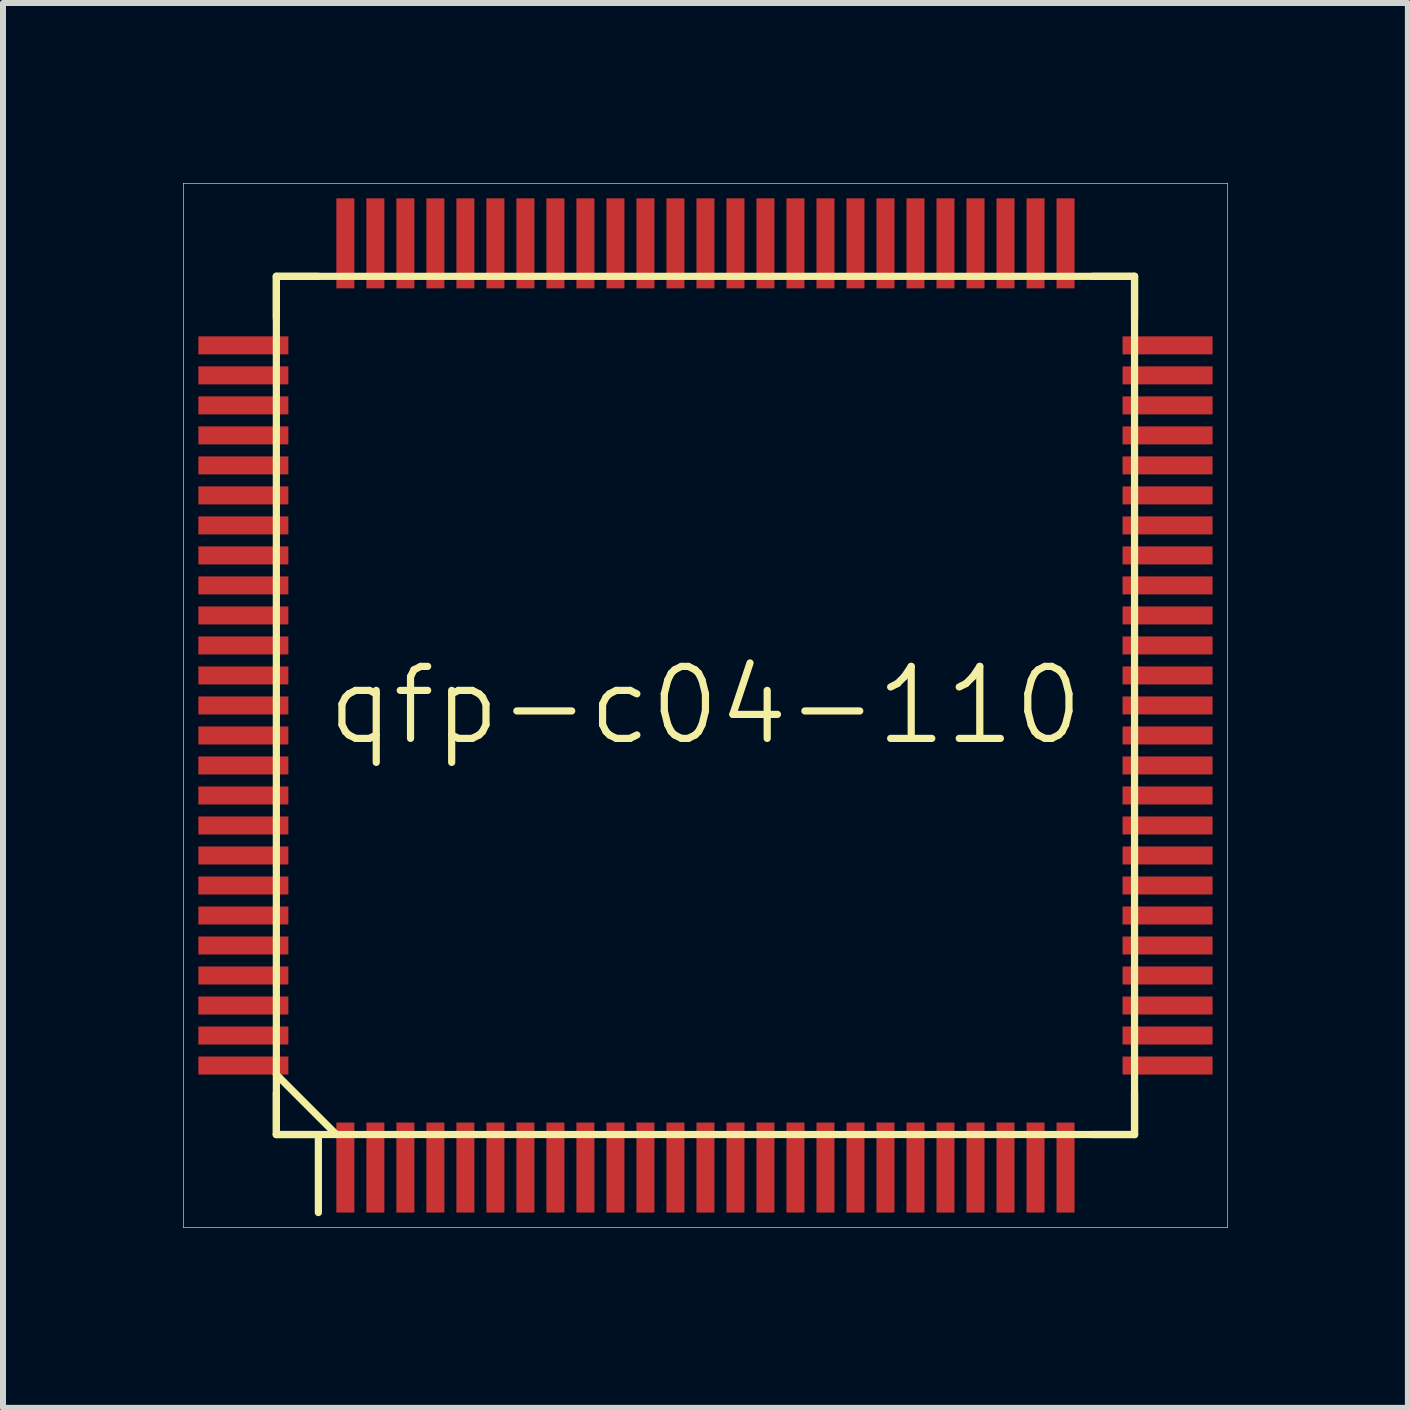
<source format=kicad_pcb>
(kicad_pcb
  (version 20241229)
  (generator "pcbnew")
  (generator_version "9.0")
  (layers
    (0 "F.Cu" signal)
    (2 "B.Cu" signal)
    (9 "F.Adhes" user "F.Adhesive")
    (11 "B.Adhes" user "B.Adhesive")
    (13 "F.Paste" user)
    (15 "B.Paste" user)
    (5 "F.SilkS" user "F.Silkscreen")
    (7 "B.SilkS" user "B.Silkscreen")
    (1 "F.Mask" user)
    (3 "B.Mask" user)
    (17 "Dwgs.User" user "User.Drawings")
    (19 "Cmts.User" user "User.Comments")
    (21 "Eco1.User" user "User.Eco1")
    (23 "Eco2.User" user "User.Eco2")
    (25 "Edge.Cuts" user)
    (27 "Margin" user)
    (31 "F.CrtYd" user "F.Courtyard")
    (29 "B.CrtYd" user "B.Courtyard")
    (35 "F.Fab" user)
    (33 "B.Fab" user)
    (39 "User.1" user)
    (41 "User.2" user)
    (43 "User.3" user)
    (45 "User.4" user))
  (footprint "qfp-c04-110"
    (layer "F.Cu")
    (at 8.705 8.705)
    (property "Reference" "qfp-c04-110" (at 0 0 180) (layer "F.SilkS") (effects (font (size 1.2 1.2) (thickness 0.12))))
    (attr smd)
    (fp_line (start -8.7 -8.7) (end 8.7 -8.7) (stroke (width 0.01) (type solid)) (layer "F.SilkS"))
    (fp_line (start -8.7 8.7) (end -8.7 -8.7) (stroke (width 0.01) (type solid)) (layer "F.SilkS"))
    (fp_line (start -7.15 -7.15) (end -7.15 7.15) (stroke (width 0.12) (type solid)) (layer "F.SilkS"))
    (fp_line (start -7.15 -7.15) (end -6.45 -7.15) (stroke (width 0.12) (type solid)) (layer "F.SilkS"))
    (fp_line (start -7.15 -6.45) (end -7.15 -7.15) (stroke (width 0.12) (type solid)) (layer "F.SilkS"))
    (fp_line (start -7.15 7.15) (end -7.15 6.45) (stroke (width 0.12) (type solid)) (layer "F.SilkS"))
    (fp_line (start -7.15 7.15) (end 7.15 7.15) (stroke (width 0.12) (type solid)) (layer "F.SilkS"))
    (fp_line (start -6.45 7.15) (end -7.15 7.15) (stroke (width 0.12) (type solid)) (layer "F.SilkS"))
    (fp_line (start -6.45 8.45) (end -6.45 7.15) (stroke (width 0.12) (type solid)) (layer "F.SilkS"))
    (fp_line (start -6.15 7.15) (end -7.15 6.15) (stroke (width 0.12) (type solid)) (layer "F.SilkS"))
    (fp_line (start 6.45 -7.15) (end 7.15 -7.15) (stroke (width 0.12) (type solid)) (layer "F.SilkS"))
    (fp_line (start 7.15 -7.15) (end -7.15 -7.15) (stroke (width 0.12) (type solid)) (layer "F.SilkS"))
    (fp_line (start 7.15 -7.15) (end 7.15 -6.45) (stroke (width 0.12) (type solid)) (layer "F.SilkS"))
    (fp_line (start 7.15 6.45) (end 7.15 7.15) (stroke (width 0.12) (type solid)) (layer "F.SilkS"))
    (fp_line (start 7.15 7.15) (end 6.45 7.15) (stroke (width 0.12) (type solid)) (layer "F.SilkS"))
    (fp_line (start 7.15 7.15) (end 7.15 -7.15) (stroke (width 0.12) (type solid)) (layer "F.SilkS"))
    (fp_line (start 8.7 -8.7) (end 8.7 8.7) (stroke (width 0.01) (type solid)) (layer "F.SilkS"))
    (fp_line (start 8.7 8.7) (end -8.7 8.7) (stroke (width 0.01) (type solid)) (layer "F.SilkS"))
    (pad "1" smd rect (at -6 7.7) (size 0.3 1.5) (layers "F.Cu" "F.Mask" "F.Paste"))
    (pad "2" smd rect (at -5.5 7.7) (size 0.3 1.5) (layers "F.Cu" "F.Mask" "F.Paste"))
    (pad "3" smd rect (at -5 7.7) (size 0.3 1.5) (layers "F.Cu" "F.Mask" "F.Paste"))
    (pad "4" smd rect (at -4.5 7.7) (size 0.3 1.5) (layers "F.Cu" "F.Mask" "F.Paste"))
    (pad "5" smd rect (at -4 7.7) (size 0.3 1.5) (layers "F.Cu" "F.Mask" "F.Paste"))
    (pad "6" smd rect (at -3.5 7.7) (size 0.3 1.5) (layers "F.Cu" "F.Mask" "F.Paste"))
    (pad "7" smd rect (at -3 7.7) (size 0.3 1.5) (layers "F.Cu" "F.Mask" "F.Paste"))
    (pad "8" smd rect (at -2.5 7.7) (size 0.3 1.5) (layers "F.Cu" "F.Mask" "F.Paste"))
    (pad "9" smd rect (at -2 7.7) (size 0.3 1.5) (layers "F.Cu" "F.Mask" "F.Paste"))
    (pad "10" smd rect (at -1.5 7.7) (size 0.3 1.5) (layers "F.Cu" "F.Mask" "F.Paste"))
    (pad "11" smd rect (at -1 7.7) (size 0.3 1.5) (layers "F.Cu" "F.Mask" "F.Paste"))
    (pad "12" smd rect (at -0.5 7.7) (size 0.3 1.5) (layers "F.Cu" "F.Mask" "F.Paste"))
    (pad "13" smd rect (at 0 7.7) (size 0.3 1.5) (layers "F.Cu" "F.Mask" "F.Paste"))
    (pad "14" smd rect (at 0.5 7.7) (size 0.3 1.5) (layers "F.Cu" "F.Mask" "F.Paste"))
    (pad "15" smd rect (at 1 7.7) (size 0.3 1.5) (layers "F.Cu" "F.Mask" "F.Paste"))
    (pad "16" smd rect (at 1.5 7.7) (size 0.3 1.5) (layers "F.Cu" "F.Mask" "F.Paste"))
    (pad "17" smd rect (at 2 7.7) (size 0.3 1.5) (layers "F.Cu" "F.Mask" "F.Paste"))
    (pad "18" smd rect (at 2.5 7.7) (size 0.3 1.5) (layers "F.Cu" "F.Mask" "F.Paste"))
    (pad "19" smd rect (at 3 7.7) (size 0.3 1.5) (layers "F.Cu" "F.Mask" "F.Paste"))
    (pad "20" smd rect (at 3.5 7.7) (size 0.3 1.5) (layers "F.Cu" "F.Mask" "F.Paste"))
    (pad "21" smd rect (at 4 7.7) (size 0.3 1.5) (layers "F.Cu" "F.Mask" "F.Paste"))
    (pad "22" smd rect (at 4.5 7.7) (size 0.3 1.5) (layers "F.Cu" "F.Mask" "F.Paste"))
    (pad "23" smd rect (at 5 7.7) (size 0.3 1.5) (layers "F.Cu" "F.Mask" "F.Paste"))
    (pad "24" smd rect (at 5.5 7.7) (size 0.3 1.5) (layers "F.Cu" "F.Mask" "F.Paste"))
    (pad "25" smd rect (at 6 7.7) (size 0.3 1.5) (layers "F.Cu" "F.Mask" "F.Paste"))
    (pad "26" smd rect (at 7.7 6 90) (size 0.3 1.5) (layers "F.Cu" "F.Mask" "F.Paste"))
    (pad "27" smd rect (at 7.7 5.5 90) (size 0.3 1.5) (layers "F.Cu" "F.Mask" "F.Paste"))
    (pad "28" smd rect (at 7.7 5 90) (size 0.3 1.5) (layers "F.Cu" "F.Mask" "F.Paste"))
    (pad "29" smd rect (at 7.7 4.5 90) (size 0.3 1.5) (layers "F.Cu" "F.Mask" "F.Paste"))
    (pad "30" smd rect (at 7.7 4 90) (size 0.3 1.5) (layers "F.Cu" "F.Mask" "F.Paste"))
    (pad "31" smd rect (at 7.7 3.5 90) (size 0.3 1.5) (layers "F.Cu" "F.Mask" "F.Paste"))
    (pad "32" smd rect (at 7.7 3 90) (size 0.3 1.5) (layers "F.Cu" "F.Mask" "F.Paste"))
    (pad "33" smd rect (at 7.7 2.5 90) (size 0.3 1.5) (layers "F.Cu" "F.Mask" "F.Paste"))
    (pad "34" smd rect (at 7.7 2 90) (size 0.3 1.5) (layers "F.Cu" "F.Mask" "F.Paste"))
    (pad "35" smd rect (at 7.7 1.5 90) (size 0.3 1.5) (layers "F.Cu" "F.Mask" "F.Paste"))
    (pad "36" smd rect (at 7.7 1 90) (size 0.3 1.5) (layers "F.Cu" "F.Mask" "F.Paste"))
    (pad "37" smd rect (at 7.7 0.5 90) (size 0.3 1.5) (layers "F.Cu" "F.Mask" "F.Paste"))
    (pad "38" smd rect (at 7.7 0 90) (size 0.3 1.5) (layers "F.Cu" "F.Mask" "F.Paste"))
    (pad "39" smd rect (at 7.7 -0.5 90) (size 0.3 1.5) (layers "F.Cu" "F.Mask" "F.Paste"))
    (pad "40" smd rect (at 7.7 -1 90) (size 0.3 1.5) (layers "F.Cu" "F.Mask" "F.Paste"))
    (pad "41" smd rect (at 7.7 -1.5 90) (size 0.3 1.5) (layers "F.Cu" "F.Mask" "F.Paste"))
    (pad "42" smd rect (at 7.7 -2 90) (size 0.3 1.5) (layers "F.Cu" "F.Mask" "F.Paste"))
    (pad "43" smd rect (at 7.7 -2.5 90) (size 0.3 1.5) (layers "F.Cu" "F.Mask" "F.Paste"))
    (pad "44" smd rect (at 7.7 -3 90) (size 0.3 1.5) (layers "F.Cu" "F.Mask" "F.Paste"))
    (pad "45" smd rect (at 7.7 -3.5 90) (size 0.3 1.5) (layers "F.Cu" "F.Mask" "F.Paste"))
    (pad "46" smd rect (at 7.7 -4 90) (size 0.3 1.5) (layers "F.Cu" "F.Mask" "F.Paste"))
    (pad "47" smd rect (at 7.7 -4.5 90) (size 0.3 1.5) (layers "F.Cu" "F.Mask" "F.Paste"))
    (pad "48" smd rect (at 7.7 -5 90) (size 0.3 1.5) (layers "F.Cu" "F.Mask" "F.Paste"))
    (pad "49" smd rect (at 7.7 -5.5 90) (size 0.3 1.5) (layers "F.Cu" "F.Mask" "F.Paste"))
    (pad "50" smd rect (at 7.7 -6 90) (size 0.3 1.5) (layers "F.Cu" "F.Mask" "F.Paste"))
    (pad "51" smd rect (at 6 -7.7) (size 0.3 1.5) (layers "F.Cu" "F.Mask" "F.Paste"))
    (pad "52" smd rect (at 5.5 -7.7) (size 0.3 1.5) (layers "F.Cu" "F.Mask" "F.Paste"))
    (pad "53" smd rect (at 5 -7.7) (size 0.3 1.5) (layers "F.Cu" "F.Mask" "F.Paste"))
    (pad "54" smd rect (at 4.5 -7.7) (size 0.3 1.5) (layers "F.Cu" "F.Mask" "F.Paste"))
    (pad "55" smd rect (at 4 -7.7) (size 0.3 1.5) (layers "F.Cu" "F.Mask" "F.Paste"))
    (pad "56" smd rect (at 3.5 -7.7) (size 0.3 1.5) (layers "F.Cu" "F.Mask" "F.Paste"))
    (pad "57" smd rect (at 3 -7.7) (size 0.3 1.5) (layers "F.Cu" "F.Mask" "F.Paste"))
    (pad "58" smd rect (at 2.5 -7.7) (size 0.3 1.5) (layers "F.Cu" "F.Mask" "F.Paste"))
    (pad "59" smd rect (at 2 -7.7) (size 0.3 1.5) (layers "F.Cu" "F.Mask" "F.Paste"))
    (pad "60" smd rect (at 1.5 -7.7) (size 0.3 1.5) (layers "F.Cu" "F.Mask" "F.Paste"))
    (pad "61" smd rect (at 1 -7.7) (size 0.3 1.5) (layers "F.Cu" "F.Mask" "F.Paste"))
    (pad "62" smd rect (at 0.5 -7.7) (size 0.3 1.5) (layers "F.Cu" "F.Mask" "F.Paste"))
    (pad "63" smd rect (at 0 -7.7) (size 0.3 1.5) (layers "F.Cu" "F.Mask" "F.Paste"))
    (pad "64" smd rect (at -0.5 -7.7) (size 0.3 1.5) (layers "F.Cu" "F.Mask" "F.Paste"))
    (pad "65" smd rect (at -1 -7.7) (size 0.3 1.5) (layers "F.Cu" "F.Mask" "F.Paste"))
    (pad "66" smd rect (at -1.5 -7.7) (size 0.3 1.5) (layers "F.Cu" "F.Mask" "F.Paste"))
    (pad "67" smd rect (at -2 -7.7) (size 0.3 1.5) (layers "F.Cu" "F.Mask" "F.Paste"))
    (pad "68" smd rect (at -2.5 -7.7) (size 0.3 1.5) (layers "F.Cu" "F.Mask" "F.Paste"))
    (pad "69" smd rect (at -3 -7.7) (size 0.3 1.5) (layers "F.Cu" "F.Mask" "F.Paste"))
    (pad "70" smd rect (at -3.5 -7.7) (size 0.3 1.5) (layers "F.Cu" "F.Mask" "F.Paste"))
    (pad "71" smd rect (at -4 -7.7) (size 0.3 1.5) (layers "F.Cu" "F.Mask" "F.Paste"))
    (pad "72" smd rect (at -4.5 -7.7) (size 0.3 1.5) (layers "F.Cu" "F.Mask" "F.Paste"))
    (pad "73" smd rect (at -5 -7.7) (size 0.3 1.5) (layers "F.Cu" "F.Mask" "F.Paste"))
    (pad "74" smd rect (at -5.5 -7.7) (size 0.3 1.5) (layers "F.Cu" "F.Mask" "F.Paste"))
    (pad "75" smd rect (at -6 -7.7) (size 0.3 1.5) (layers "F.Cu" "F.Mask" "F.Paste"))
    (pad "76" smd rect (at -7.7 -6 90) (size 0.3 1.5) (layers "F.Cu" "F.Mask" "F.Paste"))
    (pad "77" smd rect (at -7.7 -5.5 90) (size 0.3 1.5) (layers "F.Cu" "F.Mask" "F.Paste"))
    (pad "78" smd rect (at -7.7 -5 90) (size 0.3 1.5) (layers "F.Cu" "F.Mask" "F.Paste"))
    (pad "79" smd rect (at -7.7 -4.5 90) (size 0.3 1.5) (layers "F.Cu" "F.Mask" "F.Paste"))
    (pad "80" smd rect (at -7.7 -4 90) (size 0.3 1.5) (layers "F.Cu" "F.Mask" "F.Paste"))
    (pad "81" smd rect (at -7.7 -3.5 90) (size 0.3 1.5) (layers "F.Cu" "F.Mask" "F.Paste"))
    (pad "82" smd rect (at -7.7 -3 90) (size 0.3 1.5) (layers "F.Cu" "F.Mask" "F.Paste"))
    (pad "83" smd rect (at -7.7 -2.5 90) (size 0.3 1.5) (layers "F.Cu" "F.Mask" "F.Paste"))
    (pad "84" smd rect (at -7.7 -2 90) (size 0.3 1.5) (layers "F.Cu" "F.Mask" "F.Paste"))
    (pad "85" smd rect (at -7.7 -1.5 90) (size 0.3 1.5) (layers "F.Cu" "F.Mask" "F.Paste"))
    (pad "86" smd rect (at -7.7 -1 90) (size 0.3 1.5) (layers "F.Cu" "F.Mask" "F.Paste"))
    (pad "87" smd rect (at -7.7 -0.5 90) (size 0.3 1.5) (layers "F.Cu" "F.Mask" "F.Paste"))
    (pad "88" smd rect (at -7.7 0 90) (size 0.3 1.5) (layers "F.Cu" "F.Mask" "F.Paste"))
    (pad "89" smd rect (at -7.7 0.5 90) (size 0.3 1.5) (layers "F.Cu" "F.Mask" "F.Paste"))
    (pad "90" smd rect (at -7.7 1 90) (size 0.3 1.5) (layers "F.Cu" "F.Mask" "F.Paste"))
    (pad "91" smd rect (at -7.7 1.5 90) (size 0.3 1.5) (layers "F.Cu" "F.Mask" "F.Paste"))
    (pad "92" smd rect (at -7.7 2 90) (size 0.3 1.5) (layers "F.Cu" "F.Mask" "F.Paste"))
    (pad "93" smd rect (at -7.7 2.5 90) (size 0.3 1.5) (layers "F.Cu" "F.Mask" "F.Paste"))
    (pad "94" smd rect (at -7.7 3 90) (size 0.3 1.5) (layers "F.Cu" "F.Mask" "F.Paste"))
    (pad "95" smd rect (at -7.7 3.5 90) (size 0.3 1.5) (layers "F.Cu" "F.Mask" "F.Paste"))
    (pad "96" smd rect (at -7.7 4 90) (size 0.3 1.5) (layers "F.Cu" "F.Mask" "F.Paste"))
    (pad "97" smd rect (at -7.7 4.5 90) (size 0.3 1.5) (layers "F.Cu" "F.Mask" "F.Paste"))
    (pad "98" smd rect (at -7.7 5 90) (size 0.3 1.5) (layers "F.Cu" "F.Mask" "F.Paste"))
    (pad "99" smd rect (at -7.7 5.5 90) (size 0.3 1.5) (layers "F.Cu" "F.Mask" "F.Paste"))
    (pad "100" smd rect (at -7.7 6 90) (size 0.3 1.5) (layers "F.Cu" "F.Mask" "F.Paste")))
  (gr_rect
    (start -3 -3)
    (end 20.41 20.41)
    (stroke (width 0.1) (type default))
    (fill no)
    (layer "Edge.Cuts")))
</source>
